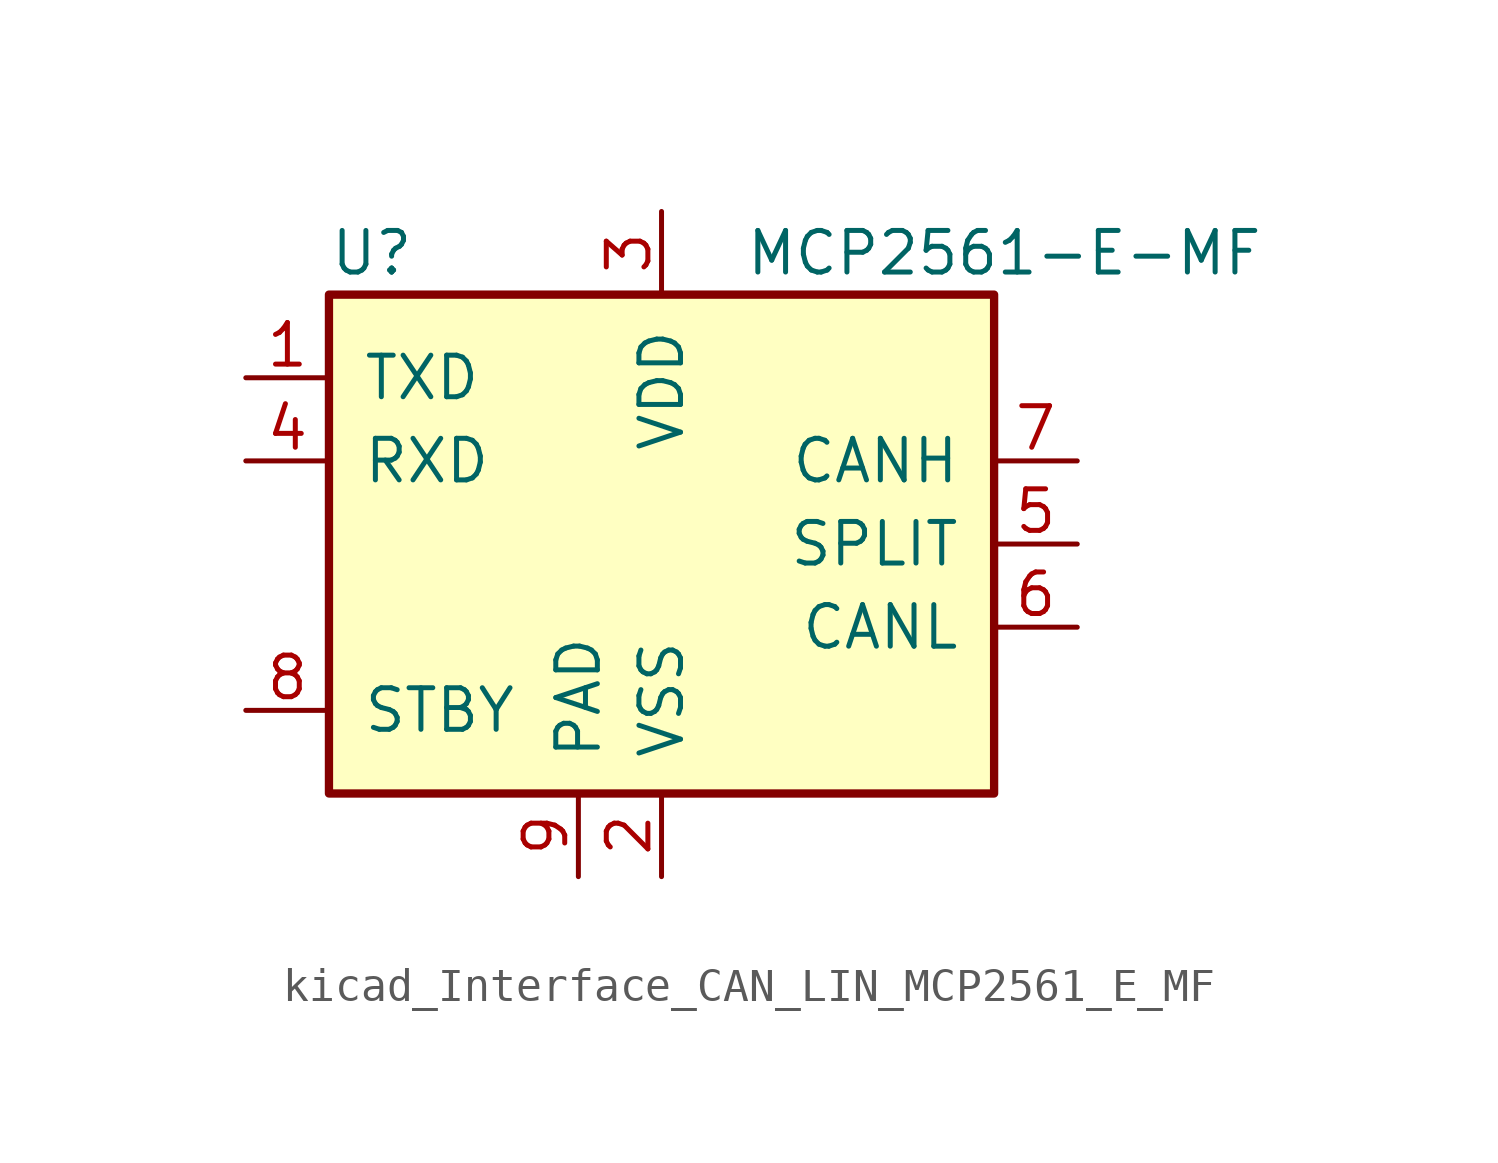
<source format=kicad_sym>
(kicad_symbol_lib
  (version 20220914)
  (generator kicad_symbol_editor)
  (symbol "kicad_Interface_CAN_LIN_MCP2561_E_MF"
    (pin_names
      (offset 1.016))
    (property "Reference" "U"
      (at -10.16 8.89 0)
      (effects (font (size 1.27 1.27)) (justify left)))
    (property "Value" "MCP2561-E-MF"
      (at 2.54 8.89 0)
      (effects (font (size 1.27 1.27)) (justify left)))
    (symbol "kicad_Interface_CAN_LIN_MCP2561_E_MF_0_1"
      (rectangle (start -10.16 7.62) (end 10.16 -7.62) (stroke (width 0.254) (type default)) (fill (type background))))
    (symbol "kicad_Interface_CAN_LIN_MCP2561_E_MF_1_1"
      (pin input line (at -12.7 5.08 0) (length 2.54) (name "TXD" (effects (font (size 1.27 1.27)))) (number "1" (effects (font (size 1.27 1.27)))))
      (pin power_in line (at 0 -10.16 90) (length 2.54) (name "VSS" (effects (font (size 1.27 1.27)))) (number "2" (effects (font (size 1.27 1.27)))))
      (pin power_in line (at 0 10.16 270) (length 2.54) (name "VDD" (effects (font (size 1.27 1.27)))) (number "3" (effects (font (size 1.27 1.27)))))
      (pin output line (at -12.7 2.54 0) (length 2.54) (name "RXD" (effects (font (size 1.27 1.27)))) (number "4" (effects (font (size 1.27 1.27)))))
      (pin passive line (at 12.7 0 180) (length 2.54) (name "SPLIT" (effects (font (size 1.27 1.27)))) (number "5" (effects (font (size 1.27 1.27)))))
      (pin bidirectional line (at 12.7 -2.54 180) (length 2.54) (name "CANL" (effects (font (size 1.27 1.27)))) (number "6" (effects (font (size 1.27 1.27)))))
      (pin bidirectional line (at 12.7 2.54 180) (length 2.54) (name "CANH" (effects (font (size 1.27 1.27)))) (number "7" (effects (font (size 1.27 1.27)))))
      (pin input line (at -12.7 -5.08 0) (length 2.54) (name "STBY" (effects (font (size 1.27 1.27)))) (number "8" (effects (font (size 1.27 1.27)))))
      (pin power_in line (at -2.54 -10.16 90) (length 2.54) (name "PAD" (effects (font (size 1.27 1.27)))) (number "9" (effects (font (size 1.27 1.27))))))))
</source>
